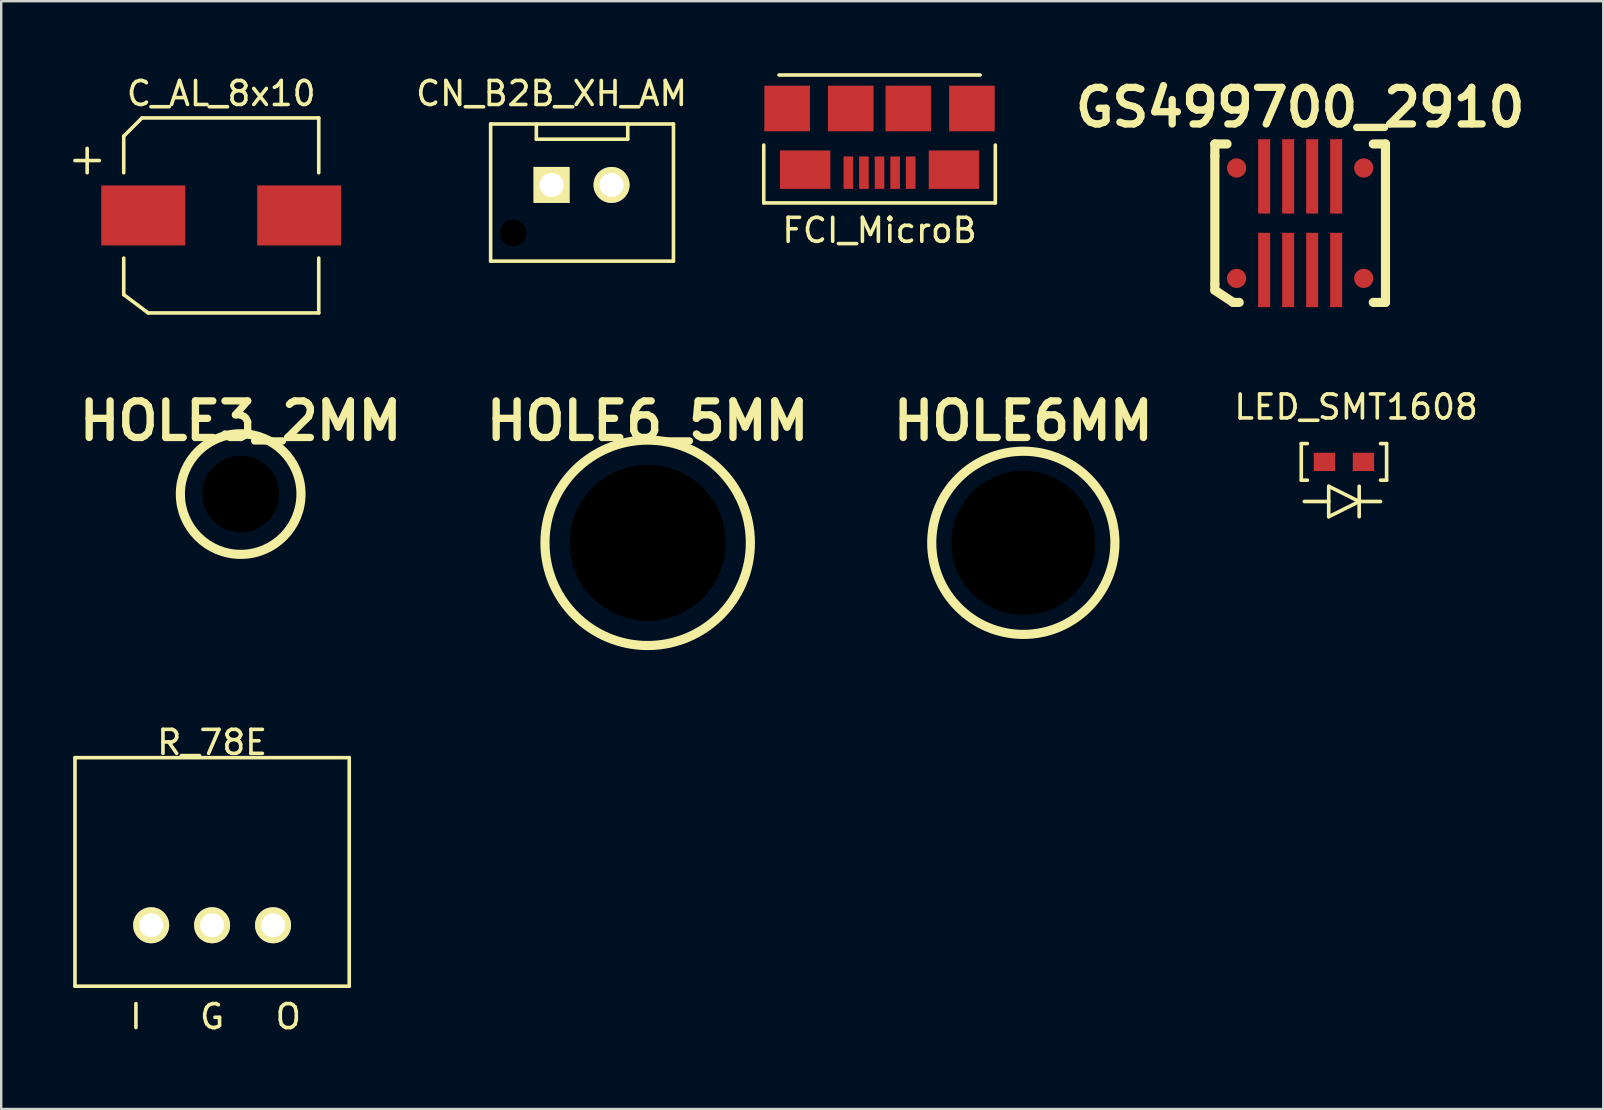
<source format=kicad_pcb>
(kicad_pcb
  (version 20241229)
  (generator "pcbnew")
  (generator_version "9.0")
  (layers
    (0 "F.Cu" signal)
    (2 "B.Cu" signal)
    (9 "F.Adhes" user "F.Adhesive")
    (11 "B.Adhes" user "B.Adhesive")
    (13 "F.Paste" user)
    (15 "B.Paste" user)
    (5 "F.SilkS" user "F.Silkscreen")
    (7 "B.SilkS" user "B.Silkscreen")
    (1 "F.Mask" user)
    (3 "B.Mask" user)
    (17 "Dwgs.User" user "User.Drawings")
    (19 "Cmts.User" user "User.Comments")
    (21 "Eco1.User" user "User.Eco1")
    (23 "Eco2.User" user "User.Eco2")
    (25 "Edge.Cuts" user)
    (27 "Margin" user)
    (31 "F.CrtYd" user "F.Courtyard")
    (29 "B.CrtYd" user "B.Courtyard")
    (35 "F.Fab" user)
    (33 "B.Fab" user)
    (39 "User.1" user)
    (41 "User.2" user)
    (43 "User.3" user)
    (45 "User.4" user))
  (footprint "C_AL_8x10"
    (layer "F.Cu")
    (at 6.171 5.928)
    (property "Reference" "C_AL_8x10" (at 0 -5.08 0) (layer "F.SilkS") (effects (font (size 1 1) (thickness 0.15))))
    (attr through_hole)
    (fp_line (start -6.096 -2.286) (end -5.08 -2.286) (stroke (width 0.15) (type solid)) (layer "F.SilkS"))
    (fp_line (start -5.588 -2.794) (end -5.588 -1.778) (stroke (width 0.15) (type solid)) (layer "F.SilkS"))
    (fp_line (start -4.064 -3.302) (end -3.302 -4.064) (stroke (width 0.15) (type solid)) (layer "F.SilkS"))
    (fp_line (start -4.064 -1.778) (end -4.064 -3.302) (stroke (width 0.15) (type solid)) (layer "F.SilkS"))
    (fp_line (start -4.064 1.778) (end -4.064 3.302) (stroke (width 0.15) (type solid)) (layer "F.SilkS"))
    (fp_line (start -4.064 3.302) (end -3.048 4.064) (stroke (width 0.15) (type solid)) (layer "F.SilkS"))
    (fp_line (start -3.302 -4.064) (end 4.064 -4.064) (stroke (width 0.15) (type solid)) (layer "F.SilkS"))
    (fp_line (start -3.048 4.064) (end 4.064 4.064) (stroke (width 0.15) (type solid)) (layer "F.SilkS"))
    (fp_line (start 4.064 -4.064) (end 4.064 -1.778) (stroke (width 0.15) (type solid)) (layer "F.SilkS"))
    (fp_line (start 4.064 4.064) (end 4.064 1.778) (stroke (width 0.15) (type solid)) (layer "F.SilkS"))
    (pad "1" smd rect (at -3.25 0) (size 3.5 2.5) (layers "F.Cu" "F.Mask" "F.Paste"))
    (pad "2" smd rect (at 3.25 0) (size 3.5 2.5) (layers "F.Cu" "F.Mask" "F.Paste")))
  (footprint "CN_B2B_XH_AM"
    (layer "F.Cu")
    (at 19.939 4.658)
    (property "Reference" "CN_B2B_XH_AM" (at 0 -3.81 0) (layer "F.SilkS") (effects (font (size 1 1) (thickness 0.15))))
    (attr through_hole)
    (fp_line (start -2.54 -2.54) (end -2.54 3.175) (stroke (width 0.15) (type solid)) (layer "F.SilkS"))
    (fp_line (start -2.54 3.175) (end 5.08 3.175) (stroke (width 0.15) (type solid)) (layer "F.SilkS"))
    (fp_line (start -0.635 -2.54) (end -0.635 -1.905) (stroke (width 0.15) (type solid)) (layer "F.SilkS"))
    (fp_line (start -0.635 -1.905) (end 3.175 -1.905) (stroke (width 0.15) (type solid)) (layer "F.SilkS"))
    (fp_line (start 3.175 -1.905) (end 3.175 -2.54) (stroke (width 0.15) (type solid)) (layer "F.SilkS"))
    (fp_line (start 5.08 -2.54) (end -2.54 -2.54) (stroke (width 0.15) (type solid)) (layer "F.SilkS"))
    (fp_line (start 5.08 3.175) (end 5.08 -2.54) (stroke (width 0.15) (type solid)) (layer "F.SilkS"))
    (pad "" np_thru_hole circle (at -1.6 2) (size 1.1 1.1) (drill 1.1) (layers))
    (pad "1" thru_hole rect (at 0 0) (size 1.5 1.5) (drill 1) (layers "*.Cu" "*.Mask" "F.SilkS"))
    (pad "2" thru_hole circle (at 2.5 0) (size 1.5 1.5) (drill 1) (layers "*.Cu" "*.Mask" "F.SilkS")))
  (footprint "HOLE3_2MM"
    (layer "F.Cu")
    (at 6.981 17.542)
    (property "Reference" "HOLE3_2MM" (at 0 -3.048 0) (layer "F.SilkS") (effects (font (size 1.524 1.524) (thickness 0.305))))
    (attr through_hole)
    (fp_circle (center 0 0) (end 1.999 1.524) (stroke (width 0.381) (type solid)) (fill no) (layer "F.SilkS"))
    (pad "" np_thru_hole circle (at 0 0) (size 3.2 3.2) (drill 3.2) (layers)))
  (footprint "HOLE6MM"
    (layer "F.Cu")
    (at 39.601 19.574)
    (property "Reference" "HOLE6MM" (at 0 -5.08 0) (layer "F.SilkS") (effects (font (size 1.524 1.524) (thickness 0.305))))
    (attr through_hole)
    (fp_circle (center 0 0) (end 3.5 1.524) (stroke (width 0.381) (type solid)) (fill no) (layer "F.SilkS"))
    (pad "" np_thru_hole circle (at 0 0) (size 5.999 5.999) (drill 5.999) (layers)))
  (footprint "HOLE6_5MM"
    (layer "F.Cu")
    (at 23.944 19.574)
    (property "Reference" "HOLE6_5MM" (at 0 -5.08 0) (layer "F.SilkS") (effects (font (size 1.524 1.524) (thickness 0.305))))
    (attr through_hole)
    (fp_circle (center 0 0) (end 4 1.524) (stroke (width 0.381) (type solid)) (fill no) (layer "F.SilkS"))
    (pad "" np_thru_hole circle (at 0 0) (size 6.5 6.5) (drill 6.5) (layers)))
  (footprint "FCI_MicroB"
    (layer "F.Cu")
    (at 33.608 1.472)
    (property "Reference" "FCI_MicroB" (at 0 5.08 0) (layer "F.SilkS") (effects (font (size 1 1) (thickness 0.15))))
    (attr through_hole)
    (fp_line (start -4.826 1.524) (end -4.826 3.937) (stroke (width 0.15) (type solid)) (layer "F.SilkS"))
    (fp_line (start -4.826 3.937) (end 4.826 3.937) (stroke (width 0.15) (type solid)) (layer "F.SilkS"))
    (fp_line (start -4.191 -1.397) (end 4.191 -1.397) (stroke (width 0.15) (type solid)) (layer "F.SilkS"))
    (fp_line (start 4.826 3.937) (end 4.826 1.524) (stroke (width 0.15) (type solid)) (layer "F.SilkS"))
    (pad "1" smd rect (at 1.3 2.675) (size 0.4 1.35) (layers "F.Cu" "F.Mask" "F.Paste"))
    (pad "2" smd rect (at 0.65 2.675) (size 0.4 1.35) (layers "F.Cu" "F.Mask" "F.Paste"))
    (pad "3" smd rect (at 0 2.675) (size 0.4 1.35) (layers "F.Cu" "F.Mask" "F.Paste"))
    (pad "4" smd rect (at -0.65 2.675) (size 0.4 1.35) (layers "F.Cu" "F.Mask" "F.Paste"))
    (pad "5" smd rect (at -1.3 2.675) (size 0.4 1.35) (layers "F.Cu" "F.Mask" "F.Paste"))
    (pad "6" smd rect (at -3.1 2.55) (size 2.1 1.6) (layers "F.Cu" "F.Mask" "F.Paste"))
    (pad "7" smd rect (at -3.85 0) (size 1.9 1.9) (layers "F.Cu" "F.Mask" "F.Paste"))
    (pad "8" smd rect (at 3.85 0) (size 1.9 1.9) (layers "F.Cu" "F.Mask" "F.Paste"))
    (pad "9" smd rect (at 3.1 2.55) (size 2.1 1.6) (layers "F.Cu" "F.Mask" "F.Paste"))
    (pad "10" smd rect (at -1.2 0) (size 1.9 1.9) (layers "F.Cu" "F.Mask" "F.Paste"))
    (pad "11" smd rect (at 1.2 0) (size 1.9 1.9) (layers "F.Cu" "F.Mask" "F.Paste")))
  (footprint "GS499700_2910"
    (layer "F.Cu")
    (at 51.139 6.252)
    (property "Reference" "GS499700_2910" (at 0 -4.826 0) (layer "F.SilkS") (effects (font (size 1.524 1.524) (thickness 0.305))))
    (attr smd)
    (fp_line (start -3.556 -3.302) (end -3.048 -3.302) (stroke (width 0.381) (type solid)) (layer "F.SilkS"))
    (fp_line (start -3.556 -2.794) (end -3.556 -3.302) (stroke (width 0.381) (type solid)) (layer "F.SilkS"))
    (fp_line (start -3.556 2.54) (end -3.556 -2.794) (stroke (width 0.381) (type solid)) (layer "F.SilkS"))
    (fp_line (start -3.556 2.794) (end -3.556 2.54) (stroke (width 0.381) (type solid)) (layer "F.SilkS"))
    (fp_line (start -3.556 2.794) (end -2.794 3.302) (stroke (width 0.381) (type solid)) (layer "F.SilkS"))
    (fp_line (start -2.794 3.302) (end -2.54 3.302) (stroke (width 0.381) (type solid)) (layer "F.SilkS"))
    (fp_line (start 3.048 -3.302) (end 3.556 -3.302) (stroke (width 0.381) (type solid)) (layer "F.SilkS"))
    (fp_line (start 3.048 3.302) (end 3.556 3.302) (stroke (width 0.381) (type solid)) (layer "F.SilkS"))
    (fp_line (start 3.556 -3.302) (end 3.556 -2.794) (stroke (width 0.381) (type solid)) (layer "F.SilkS"))
    (fp_line (start 3.556 -2.794) (end 3.556 2.794) (stroke (width 0.381) (type solid)) (layer "F.SilkS"))
    (fp_line (start 3.556 3.302) (end 3.556 2.794) (stroke (width 0.381) (type solid)) (layer "F.SilkS"))
    (pad "1" smd rect (at -1.501 1.951) (size 0.5 3.099) (layers "F.Cu" "F.Mask" "F.Paste"))
    (pad "2" smd rect (at -0.5 1.951) (size 0.5 3.099) (layers "F.Cu" "F.Mask" "F.Paste"))
    (pad "3" smd rect (at 0.5 1.951) (size 0.5 3.099) (layers "F.Cu" "F.Mask" "F.Paste"))
    (pad "4" smd rect (at 1.501 1.951) (size 0.5 3.099) (layers "F.Cu" "F.Mask" "F.Paste"))
    (pad "5" smd rect (at 1.501 -1.951) (size 0.5 3.099) (layers "F.Cu" "F.Mask" "F.Paste"))
    (pad "6" smd rect (at 0.5 -1.951) (size 0.5 3.099) (layers "F.Cu" "F.Mask" "F.Paste"))
    (pad "7" smd rect (at -0.5 -1.951) (size 0.5 3.099) (layers "F.Cu" "F.Mask" "F.Paste"))
    (pad "8" smd rect (at -1.501 -1.951) (size 0.5 3.099) (layers "F.Cu" "F.Mask" "F.Paste"))
    (pad "9" smd circle (at -2.649 2.301) (size 0.8 0.8) (layers "F.Cu" "F.Mask" "F.Paste"))
    (pad "10" smd circle (at 2.649 2.301) (size 0.8 0.8) (layers "F.Cu" "F.Mask" "F.Paste"))
    (pad "11" smd circle (at 2.649 -2.301) (size 0.8 0.8) (layers "F.Cu" "F.Mask" "F.Paste"))
    (pad "12" smd circle (at -2.649 -2.301) (size 0.8 0.8) (layers "F.Cu" "F.Mask" "F.Paste")))
  (footprint "LED_SMT1608"
    (layer "F.Cu")
    (at 52.964 16.201)
    (property "Reference" "LED_SMT1608" (at 0.508 -2.286 0) (layer "F.SilkS") (effects (font (size 1 1) (thickness 0.15))))
    (attr through_hole)
    (fp_line (start -1.778 -0.762) (end -1.778 0.762) (stroke (width 0.15) (type solid)) (layer "F.SilkS"))
    (fp_line (start -1.778 0.762) (end -1.524 0.762) (stroke (width 0.15) (type solid)) (layer "F.SilkS"))
    (fp_line (start -1.524 -0.762) (end -1.778 -0.762) (stroke (width 0.15) (type solid)) (layer "F.SilkS"))
    (fp_line (start -0.635 1.016) (end -0.635 2.286) (stroke (width 0.15) (type solid)) (layer "F.SilkS"))
    (fp_line (start -0.635 1.651) (end -1.651 1.651) (stroke (width 0.15) (type solid)) (layer "F.SilkS"))
    (fp_line (start -0.635 2.286) (end 0.635 1.651) (stroke (width 0.15) (type solid)) (layer "F.SilkS"))
    (fp_line (start 0.635 1.016) (end 0.635 2.286) (stroke (width 0.15) (type solid)) (layer "F.SilkS"))
    (fp_line (start 0.635 1.651) (end -0.635 1.016) (stroke (width 0.15) (type solid)) (layer "F.SilkS"))
    (fp_line (start 0.635 1.651) (end 1.524 1.651) (stroke (width 0.15) (type solid)) (layer "F.SilkS"))
    (fp_line (start 1.524 -0.762) (end 1.778 -0.762) (stroke (width 0.15) (type solid)) (layer "F.SilkS"))
    (fp_line (start 1.778 -0.762) (end 1.778 0.762) (stroke (width 0.15) (type solid)) (layer "F.SilkS"))
    (fp_line (start 1.778 0.762) (end 1.524 0.762) (stroke (width 0.15) (type solid)) (layer "F.SilkS"))
    (pad "1" smd rect (at -0.813 0) (size 0.889 0.762) (layers "F.Cu" "F.Mask" "F.Paste"))
    (pad "2" smd rect (at 0.813 0) (size 0.889 0.762) (layers "F.Cu" "F.Mask" "F.Paste")))
  (footprint "R_78E"
    (layer "F.Cu")
    (at 5.79 35.513)
    (property "Reference" "R_78E" (at 0 -7.62 0) (layer "F.SilkS") (effects (font (size 1 1) (thickness 0.15))))
    (attr through_hole)
    (fp_line (start -5.715 -6.985) (end -5.715 2.54) (stroke (width 0.15) (type solid)) (layer "F.SilkS"))
    (fp_line (start -5.715 2.54) (end 5.715 2.54) (stroke (width 0.15) (type solid)) (layer "F.SilkS"))
    (fp_line (start 5.715 -6.985) (end -5.715 -6.985) (stroke (width 0.15) (type solid)) (layer "F.SilkS"))
    (fp_line (start 5.715 2.54) (end 5.715 -6.985) (stroke (width 0.15) (type solid)) (layer "F.SilkS"))
    (fp_text user "I" (at -3.175 3.81 0) (layer "F.SilkS") (effects (font (size 1 1) (thickness 0.15))))
    (fp_text user "G" (at 0 3.81 0) (layer "F.SilkS") (effects (font (size 1 1) (thickness 0.15))))
    (fp_text user "O" (at 3.175 3.81 0) (layer "F.SilkS") (effects (font (size 1 1) (thickness 0.15))))
    (pad "1" thru_hole circle (at -2.54 0) (size 1.5 1.5) (drill 1) (layers "*.Cu" "*.Mask" "F.SilkS"))
    (pad "2" thru_hole circle (at 0 0) (size 1.5 1.5) (drill 1) (layers "*.Cu" "*.Mask" "F.SilkS"))
    (pad "3" thru_hole circle (at 2.54 0) (size 1.5 1.5) (drill 1) (layers "*.Cu" "*.Mask" "F.SilkS")))
  (gr_rect
    (start -3 -3)
    (end 63.769 43.171)
    (stroke (width 0.1) (type default))
    (fill no)
    (layer "Edge.Cuts")))
</source>
